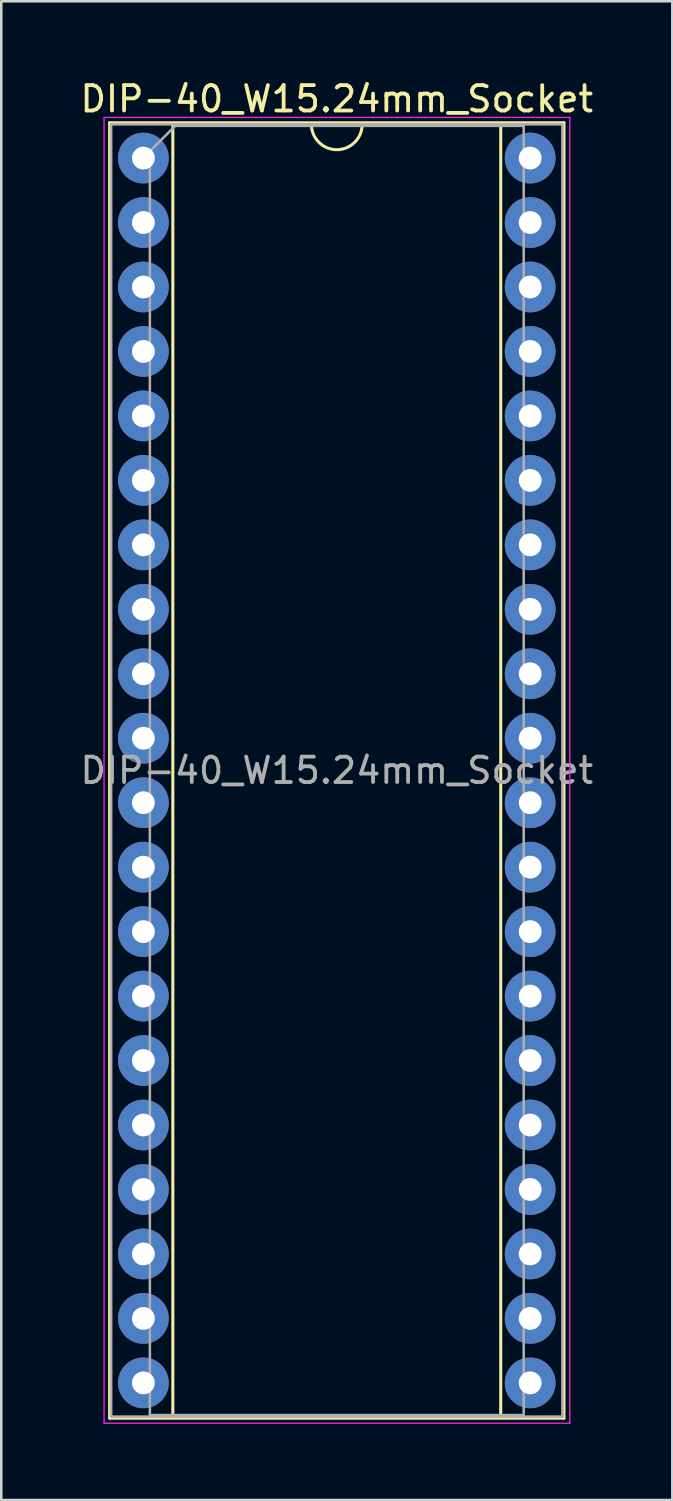
<source format=kicad_pcb>
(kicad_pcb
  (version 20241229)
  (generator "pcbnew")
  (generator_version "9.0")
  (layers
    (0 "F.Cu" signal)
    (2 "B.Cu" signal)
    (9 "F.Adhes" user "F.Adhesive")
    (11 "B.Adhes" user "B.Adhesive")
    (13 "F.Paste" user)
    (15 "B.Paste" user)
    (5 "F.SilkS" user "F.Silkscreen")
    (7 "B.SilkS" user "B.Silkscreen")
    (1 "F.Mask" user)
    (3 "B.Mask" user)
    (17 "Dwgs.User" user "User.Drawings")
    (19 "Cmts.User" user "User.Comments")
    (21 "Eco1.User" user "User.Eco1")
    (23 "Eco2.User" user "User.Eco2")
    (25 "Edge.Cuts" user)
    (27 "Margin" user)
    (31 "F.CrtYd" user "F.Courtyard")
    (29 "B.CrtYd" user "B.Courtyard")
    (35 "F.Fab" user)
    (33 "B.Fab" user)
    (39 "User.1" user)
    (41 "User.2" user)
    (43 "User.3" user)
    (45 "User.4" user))
  (footprint "DIP-40_W15.24mm_Socket"
    (layer "F.Cu")
    (at 2.6 3.178)
    (property "Reference" "DIP-40_W15.24mm_Socket" (at 7.62 -2.33 0) (layer "F.SilkS") (effects (font (size 1 1) (thickness 0.15))))
    (attr through_hole)
    (fp_line (start -1.33 -1.39) (end -1.33 49.65) (stroke (width 0.12) (type solid)) (layer "F.SilkS"))
    (fp_line (start -1.33 49.65) (end 16.57 49.65) (stroke (width 0.12) (type solid)) (layer "F.SilkS"))
    (fp_line (start 1.16 -1.33) (end 1.16 49.59) (stroke (width 0.12) (type solid)) (layer "F.SilkS"))
    (fp_line (start 1.16 49.59) (end 14.08 49.59) (stroke (width 0.12) (type solid)) (layer "F.SilkS"))
    (fp_line (start 6.62 -1.33) (end 1.16 -1.33) (stroke (width 0.12) (type solid)) (layer "F.SilkS"))
    (fp_line (start 14.08 -1.33) (end 8.62 -1.33) (stroke (width 0.12) (type solid)) (layer "F.SilkS"))
    (fp_line (start 14.08 49.59) (end 14.08 -1.33) (stroke (width 0.12) (type solid)) (layer "F.SilkS"))
    (fp_line (start 16.57 -1.39) (end -1.33 -1.39) (stroke (width 0.12) (type solid)) (layer "F.SilkS"))
    (fp_line (start 16.57 49.65) (end 16.57 -1.39) (stroke (width 0.12) (type solid)) (layer "F.SilkS"))
    (fp_arc (start 8.62 -1.33) (mid 7.62 -0.33) (end 6.62 -1.33) (stroke (width 0.12) (type solid)) (layer "F.SilkS"))
    (fp_line (start -1.55 -1.6) (end -1.55 49.85) (stroke (width 0.05) (type solid)) (layer "F.CrtYd"))
    (fp_line (start -1.55 49.85) (end 16.8 49.85) (stroke (width 0.05) (type solid)) (layer "F.CrtYd"))
    (fp_line (start 16.8 -1.6) (end -1.55 -1.6) (stroke (width 0.05) (type solid)) (layer "F.CrtYd"))
    (fp_line (start 16.8 49.85) (end 16.8 -1.6) (stroke (width 0.05) (type solid)) (layer "F.CrtYd"))
    (fp_line (start -1.27 -1.33) (end -1.27 49.59) (stroke (width 0.1) (type solid)) (layer "F.Fab"))
    (fp_line (start -1.27 49.59) (end 16.51 49.59) (stroke (width 0.1) (type solid)) (layer "F.Fab"))
    (fp_line (start 0.255 -0.27) (end 1.255 -1.27) (stroke (width 0.1) (type solid)) (layer "F.Fab"))
    (fp_line (start 0.255 49.53) (end 0.255 -0.27) (stroke (width 0.1) (type solid)) (layer "F.Fab"))
    (fp_line (start 1.255 -1.27) (end 14.985 -1.27) (stroke (width 0.1) (type solid)) (layer "F.Fab"))
    (fp_line (start 14.985 -1.27) (end 14.985 49.53) (stroke (width 0.1) (type solid)) (layer "F.Fab"))
    (fp_line (start 14.985 49.53) (end 0.255 49.53) (stroke (width 0.1) (type solid)) (layer "F.Fab"))
    (fp_line (start 16.51 -1.33) (end -1.27 -1.33) (stroke (width 0.1) (type solid)) (layer "F.Fab"))
    (fp_line (start 16.51 49.59) (end 16.51 -1.33) (stroke (width 0.1) (type solid)) (layer "F.Fab"))
    (fp_text user "${REFERENCE}" (at 7.62 24.13 0) (layer "F.Fab") (effects (font (size 1 1) (thickness 0.15))))
    (pad "1" thru_hole circle (at 0 0) (size 2 2) (drill 0.9) (layers "*.Cu" "*.Mask"))
    (pad "2" thru_hole circle (at 0 2.54) (size 2 2) (drill 0.9) (layers "*.Cu" "*.Mask"))
    (pad "3" thru_hole circle (at 0 5.08) (size 2 2) (drill 0.9) (layers "*.Cu" "*.Mask"))
    (pad "4" thru_hole circle (at 0 7.62) (size 2 2) (drill 0.9) (layers "*.Cu" "*.Mask"))
    (pad "5" thru_hole circle (at 0 10.16) (size 2 2) (drill 0.9) (layers "*.Cu" "*.Mask"))
    (pad "6" thru_hole circle (at 0 12.7) (size 2 2) (drill 0.9) (layers "*.Cu" "*.Mask"))
    (pad "7" thru_hole circle (at 0 15.24) (size 2 2) (drill 0.9) (layers "*.Cu" "*.Mask"))
    (pad "8" thru_hole circle (at 0 17.78) (size 2 2) (drill 0.9) (layers "*.Cu" "*.Mask"))
    (pad "9" thru_hole circle (at 0 20.32) (size 2 2) (drill 0.9) (layers "*.Cu" "*.Mask"))
    (pad "10" thru_hole circle (at 0 22.86) (size 2 2) (drill 0.9) (layers "*.Cu" "*.Mask"))
    (pad "11" thru_hole circle (at 0 25.4) (size 2 2) (drill 0.9) (layers "*.Cu" "*.Mask"))
    (pad "12" thru_hole circle (at 0 27.94) (size 2 2) (drill 0.9) (layers "*.Cu" "*.Mask"))
    (pad "13" thru_hole circle (at 0 30.48) (size 2 2) (drill 0.9) (layers "*.Cu" "*.Mask"))
    (pad "14" thru_hole circle (at 0 33.02) (size 2 2) (drill 0.9) (layers "*.Cu" "*.Mask"))
    (pad "15" thru_hole circle (at 0 35.56) (size 2 2) (drill 0.9) (layers "*.Cu" "*.Mask"))
    (pad "16" thru_hole circle (at 0 38.1) (size 2 2) (drill 0.9) (layers "*.Cu" "*.Mask"))
    (pad "17" thru_hole circle (at 0 40.64) (size 2 2) (drill 0.9) (layers "*.Cu" "*.Mask"))
    (pad "18" thru_hole circle (at 0 43.18) (size 2 2) (drill 0.9) (layers "*.Cu" "*.Mask"))
    (pad "19" thru_hole circle (at 0 45.72) (size 2 2) (drill 0.9) (layers "*.Cu" "*.Mask"))
    (pad "20" thru_hole circle (at 0 48.26) (size 2 2) (drill 0.9) (layers "*.Cu" "*.Mask"))
    (pad "21" thru_hole circle (at 15.24 48.26) (size 2 2) (drill 0.9) (layers "*.Cu" "*.Mask"))
    (pad "22" thru_hole circle (at 15.24 45.72) (size 2 2) (drill 0.9) (layers "*.Cu" "*.Mask"))
    (pad "23" thru_hole circle (at 15.24 43.18) (size 2 2) (drill 0.9) (layers "*.Cu" "*.Mask"))
    (pad "24" thru_hole circle (at 15.24 40.64) (size 2 2) (drill 0.9) (layers "*.Cu" "*.Mask"))
    (pad "25" thru_hole circle (at 15.24 38.1) (size 2 2) (drill 0.9) (layers "*.Cu" "*.Mask"))
    (pad "26" thru_hole circle (at 15.24 35.56) (size 2 2) (drill 0.9) (layers "*.Cu" "*.Mask"))
    (pad "27" thru_hole circle (at 15.24 33.02) (size 2 2) (drill 0.9) (layers "*.Cu" "*.Mask"))
    (pad "28" thru_hole circle (at 15.24 30.48) (size 2 2) (drill 0.9) (layers "*.Cu" "*.Mask"))
    (pad "29" thru_hole circle (at 15.24 27.94) (size 2 2) (drill 0.9) (layers "*.Cu" "*.Mask"))
    (pad "30" thru_hole circle (at 15.24 25.4) (size 2 2) (drill 0.9) (layers "*.Cu" "*.Mask"))
    (pad "31" thru_hole circle (at 15.24 22.86) (size 2 2) (drill 0.9) (layers "*.Cu" "*.Mask"))
    (pad "32" thru_hole circle (at 15.24 20.32) (size 2 2) (drill 0.9) (layers "*.Cu" "*.Mask"))
    (pad "33" thru_hole circle (at 15.24 17.78) (size 2 2) (drill 0.9) (layers "*.Cu" "*.Mask"))
    (pad "34" thru_hole circle (at 15.24 15.24) (size 2 2) (drill 0.9) (layers "*.Cu" "*.Mask"))
    (pad "35" thru_hole circle (at 15.24 12.7) (size 2 2) (drill 0.9) (layers "*.Cu" "*.Mask"))
    (pad "36" thru_hole circle (at 15.24 10.16) (size 2 2) (drill 0.9) (layers "*.Cu" "*.Mask"))
    (pad "37" thru_hole circle (at 15.24 7.62) (size 2 2) (drill 0.9) (layers "*.Cu" "*.Mask"))
    (pad "38" thru_hole circle (at 15.24 5.08) (size 2 2) (drill 0.9) (layers "*.Cu" "*.Mask"))
    (pad "39" thru_hole circle (at 15.24 2.54) (size 2 2) (drill 0.9) (layers "*.Cu" "*.Mask"))
    (pad "40" thru_hole circle (at 15.24 0) (size 2 2) (drill 0.9) (layers "*.Cu" "*.Mask")))
  (gr_rect
    (start -3 -3)
    (end 23.44 56.053)
    (stroke (width 0.1) (type default))
    (fill no)
    (layer "Edge.Cuts")))
</source>
